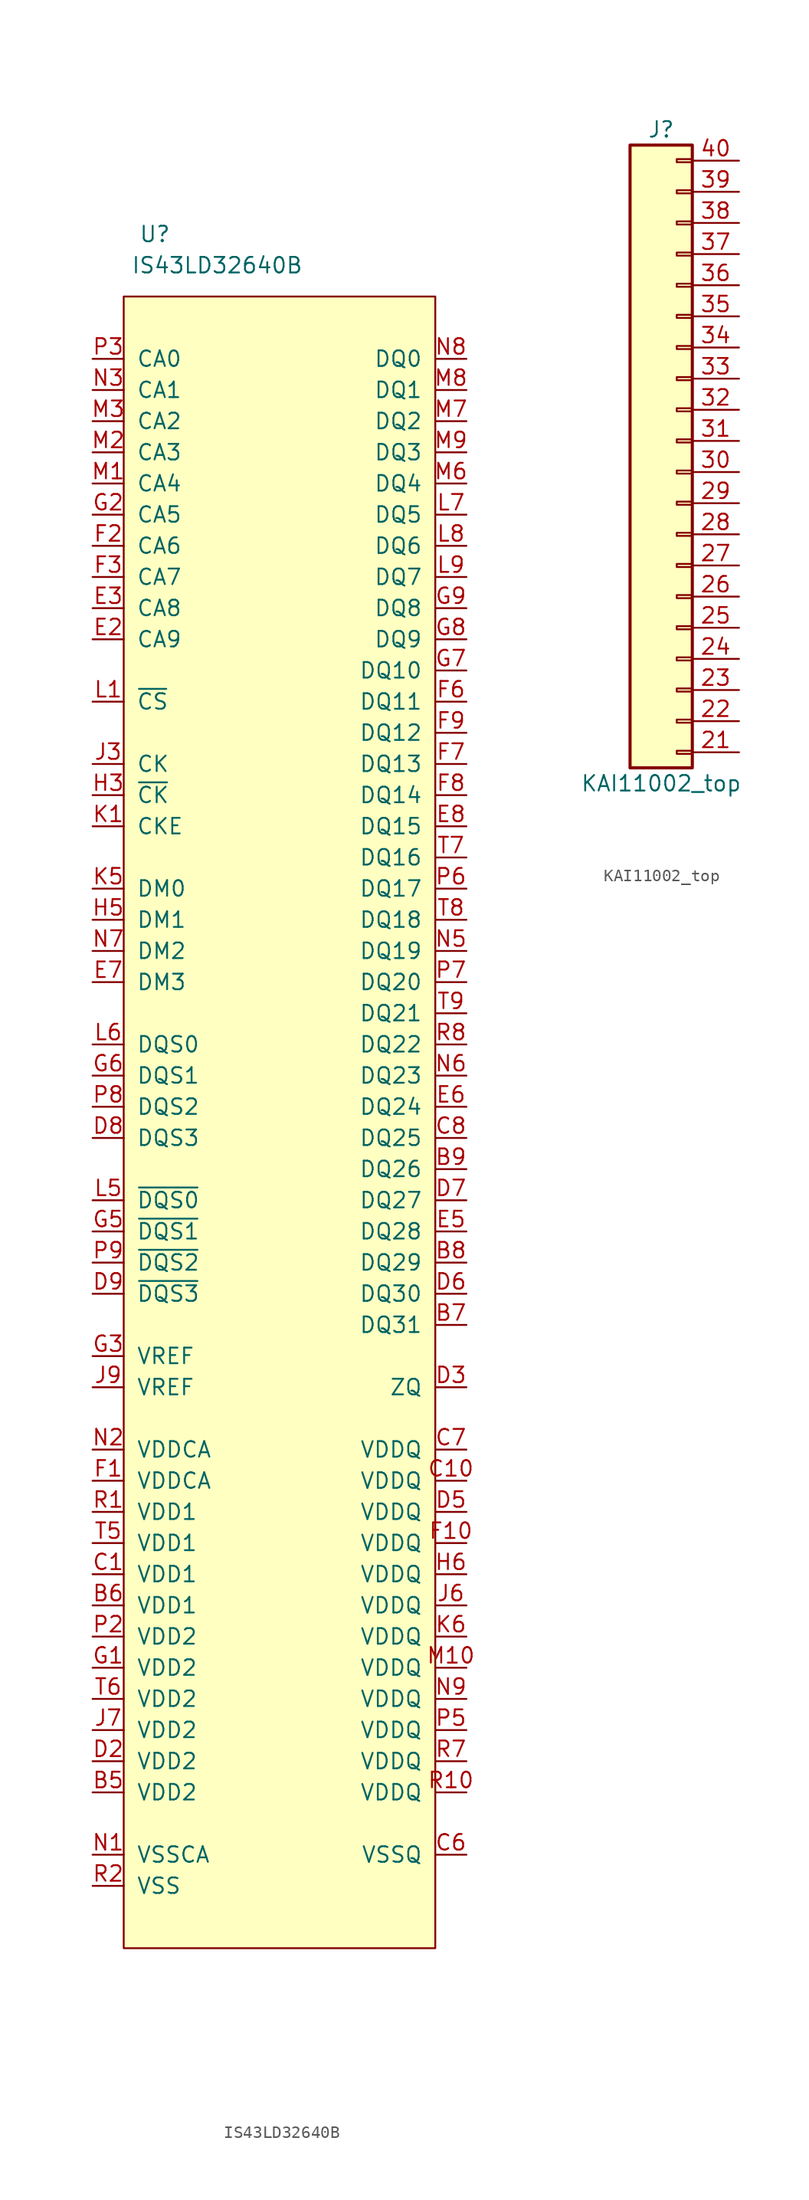
<source format=kicad_sym>
(kicad_symbol_lib
  (version 20220914)
  (generator kicad_symbol_editor)
  (symbol "IS43LD32640B"
    (pin_names
      (offset 1.016))
    (property "Reference" "U"
      (at -10.16 25.4 0)
      (effects (font (size 1.27 1.27))))
    (property "Value" "IS43LD32640B"
      (at -5.08 22.86 0)
      (effects (font (size 1.27 1.27))))
    (symbol "IS43LD32640B_0_1"
      (rectangle (start -12.7 20.32) (end 12.7 -114.3) (stroke (width 0) (type default)) (fill (type background))))
    (symbol "IS43LD32640B_1_1"
      (pin power_in line (at -15.24 -101.6 0) (length 2.54) (name "VDD2" (effects (font (size 1.27 1.27)))) (number "B5" (effects (font (size 1.27 1.27)))))
      (pin power_in line (at -15.24 -86.36 0) (length 2.54) (name "VDD1" (effects (font (size 1.27 1.27)))) (number "B6" (effects (font (size 1.27 1.27)))))
      (pin bidirectional line (at 15.24 -63.5 180) (length 2.54) (name "DQ31" (effects (font (size 1.27 1.27)))) (number "B7" (effects (font (size 1.27 1.27)))))
      (pin bidirectional line (at 15.24 -58.42 180) (length 2.54) (name "DQ29" (effects (font (size 1.27 1.27)))) (number "B8" (effects (font (size 1.27 1.27)))))
      (pin bidirectional line (at 15.24 -50.8 180) (length 2.54) (name "DQ26" (effects (font (size 1.27 1.27)))) (number "B9" (effects (font (size 1.27 1.27)))))
      (pin power_in line (at -15.24 -83.82 0) (length 2.54) (name "VDD1" (effects (font (size 1.27 1.27)))) (number "C1" (effects (font (size 1.27 1.27)))))
      (pin power_in line (at 15.24 -76.2 180) (length 2.54) (name "VDDQ" (effects (font (size 1.27 1.27)))) (number "C10" (effects (font (size 1.27 1.27)))))
      (pin power_in line (at -15.24 -109.22 0) (length 2.54) hide (name "VSS" (effects (font (size 1.27 1.27)))) (number "C2" (effects (font (size 1.27 1.27)))))
      (pin power_in line (at -15.24 -109.22 0) (length 2.54) hide (name "VSS" (effects (font (size 1.27 1.27)))) (number "C5" (effects (font (size 1.27 1.27)))))
      (pin power_in line (at 15.24 -106.68 180) (length 2.54) (name "VSSQ" (effects (font (size 1.27 1.27)))) (number "C6" (effects (font (size 1.27 1.27)))))
      (pin power_in line (at 15.24 -73.66 180) (length 2.54) (name "VDDQ" (effects (font (size 1.27 1.27)))) (number "C7" (effects (font (size 1.27 1.27)))))
      (pin bidirectional line (at 15.24 -48.26 180) (length 2.54) (name "DQ25" (effects (font (size 1.27 1.27)))) (number "C8" (effects (font (size 1.27 1.27)))))
      (pin power_in line (at 15.24 -106.68 180) (length 2.54) hide (name "VSSQ" (effects (font (size 1.27 1.27)))) (number "C9" (effects (font (size 1.27 1.27)))))
      (pin power_in line (at -15.24 -109.22 0) (length 2.54) hide (name "VSS" (effects (font (size 1.27 1.27)))) (number "D1" (effects (font (size 1.27 1.27)))))
      (pin power_in line (at 15.24 -106.68 180) (length 2.54) hide (name "VSSQ" (effects (font (size 1.27 1.27)))) (number "D10" (effects (font (size 1.27 1.27)))))
      (pin power_in line (at -15.24 -99.06 0) (length 2.54) (name "VDD2" (effects (font (size 1.27 1.27)))) (number "D2" (effects (font (size 1.27 1.27)))))
      (pin power_in line (at 15.24 -68.58 180) (length 2.54) (name "ZQ" (effects (font (size 1.27 1.27)))) (number "D3" (effects (font (size 1.27 1.27)))))
      (pin power_in line (at 15.24 -78.74 180) (length 2.54) (name "VDDQ" (effects (font (size 1.27 1.27)))) (number "D5" (effects (font (size 1.27 1.27)))))
      (pin bidirectional line (at 15.24 -60.96 180) (length 2.54) (name "DQ30" (effects (font (size 1.27 1.27)))) (number "D6" (effects (font (size 1.27 1.27)))))
      (pin bidirectional line (at 15.24 -53.34 180) (length 2.54) (name "DQ27" (effects (font (size 1.27 1.27)))) (number "D7" (effects (font (size 1.27 1.27)))))
      (pin input line (at -15.24 -48.26 0) (length 2.54) (name "DQS3" (effects (font (size 1.27 1.27)))) (number "D8" (effects (font (size 1.27 1.27)))))
      (pin input line (at -15.24 -60.96 0) (length 2.54) (name "~{DQS3}" (effects (font (size 1.27 1.27)))) (number "D9" (effects (font (size 1.27 1.27)))))
      (pin power_in line (at -15.24 -106.68 0) (length 2.54) hide (name "VSSCA" (effects (font (size 1.27 1.27)))) (number "E1" (effects (font (size 1.27 1.27)))))
      (pin input line (at -15.24 -7.62 0) (length 2.54) (name "CA9" (effects (font (size 1.27 1.27)))) (number "E2" (effects (font (size 1.27 1.27)))))
      (pin input line (at -15.24 -5.08 0) (length 2.54) (name "CA8" (effects (font (size 1.27 1.27)))) (number "E3" (effects (font (size 1.27 1.27)))))
      (pin bidirectional line (at 15.24 -55.88 180) (length 2.54) (name "DQ28" (effects (font (size 1.27 1.27)))) (number "E5" (effects (font (size 1.27 1.27)))))
      (pin bidirectional line (at 15.24 -45.72 180) (length 2.54) (name "DQ24" (effects (font (size 1.27 1.27)))) (number "E6" (effects (font (size 1.27 1.27)))))
      (pin input line (at -15.24 -35.56 0) (length 2.54) (name "DM3" (effects (font (size 1.27 1.27)))) (number "E7" (effects (font (size 1.27 1.27)))))
      (pin bidirectional line (at 15.24 -22.86 180) (length 2.54) (name "DQ15" (effects (font (size 1.27 1.27)))) (number "E8" (effects (font (size 1.27 1.27)))))
      (pin power_in line (at -15.24 -76.2 0) (length 2.54) (name "VDDCA" (effects (font (size 1.27 1.27)))) (number "F1" (effects (font (size 1.27 1.27)))))
      (pin power_in line (at 15.24 -81.28 180) (length 2.54) (name "VDDQ" (effects (font (size 1.27 1.27)))) (number "F10" (effects (font (size 1.27 1.27)))))
      (pin input line (at -15.24 0 0) (length 2.54) (name "CA6" (effects (font (size 1.27 1.27)))) (number "F2" (effects (font (size 1.27 1.27)))))
      (pin input line (at -15.24 -2.54 0) (length 2.54) (name "CA7" (effects (font (size 1.27 1.27)))) (number "F3" (effects (font (size 1.27 1.27)))))
      (pin power_in line (at 15.24 -106.68 180) (length 2.54) hide (name "VSSQ" (effects (font (size 1.27 1.27)))) (number "F5" (effects (font (size 1.27 1.27)))))
      (pin bidirectional line (at 15.24 -12.7 180) (length 2.54) (name "DQ11" (effects (font (size 1.27 1.27)))) (number "F6" (effects (font (size 1.27 1.27)))))
      (pin bidirectional line (at 15.24 -17.78 180) (length 2.54) (name "DQ13" (effects (font (size 1.27 1.27)))) (number "F7" (effects (font (size 1.27 1.27)))))
      (pin bidirectional line (at 15.24 -20.32 180) (length 2.54) (name "DQ14" (effects (font (size 1.27 1.27)))) (number "F8" (effects (font (size 1.27 1.27)))))
      (pin bidirectional line (at 15.24 -15.24 180) (length 2.54) (name "DQ12" (effects (font (size 1.27 1.27)))) (number "F9" (effects (font (size 1.27 1.27)))))
      (pin power_in line (at -15.24 -91.44 0) (length 2.54) (name "VDD2" (effects (font (size 1.27 1.27)))) (number "G1" (effects (font (size 1.27 1.27)))))
      (pin power_in line (at 15.24 -106.68 180) (length 2.54) hide (name "VSSQ" (effects (font (size 1.27 1.27)))) (number "G10" (effects (font (size 1.27 1.27)))))
      (pin input line (at -15.24 2.54 0) (length 2.54) (name "CA5" (effects (font (size 1.27 1.27)))) (number "G2" (effects (font (size 1.27 1.27)))))
      (pin power_in line (at -15.24 -66.04 0) (length 2.54) (name "VREF" (effects (font (size 1.27 1.27)))) (number "G3" (effects (font (size 1.27 1.27)))))
      (pin input line (at -15.24 -55.88 0) (length 2.54) (name "~{DQS1}" (effects (font (size 1.27 1.27)))) (number "G5" (effects (font (size 1.27 1.27)))))
      (pin input line (at -15.24 -43.18 0) (length 2.54) (name "DQS1" (effects (font (size 1.27 1.27)))) (number "G6" (effects (font (size 1.27 1.27)))))
      (pin bidirectional line (at 15.24 -10.16 180) (length 2.54) (name "DQ10" (effects (font (size 1.27 1.27)))) (number "G7" (effects (font (size 1.27 1.27)))))
      (pin bidirectional line (at 15.24 -7.62 180) (length 2.54) (name "DQ9" (effects (font (size 1.27 1.27)))) (number "G8" (effects (font (size 1.27 1.27)))))
      (pin bidirectional line (at 15.24 -5.08 180) (length 2.54) (name "DQ8" (effects (font (size 1.27 1.27)))) (number "G9" (effects (font (size 1.27 1.27)))))
      (pin power_in line (at -15.24 -109.22 0) (length 2.54) hide (name "VSS" (effects (font (size 1.27 1.27)))) (number "H2" (effects (font (size 1.27 1.27)))))
      (pin input line (at -15.24 -20.32 0) (length 2.54) (name "~{CK}" (effects (font (size 1.27 1.27)))) (number "H3" (effects (font (size 1.27 1.27)))))
      (pin input line (at -15.24 -30.48 0) (length 2.54) (name "DM1" (effects (font (size 1.27 1.27)))) (number "H5" (effects (font (size 1.27 1.27)))))
      (pin power_in line (at 15.24 -83.82 180) (length 2.54) (name "VDDQ" (effects (font (size 1.27 1.27)))) (number "H6" (effects (font (size 1.27 1.27)))))
      (pin power_in line (at -15.24 -106.68 0) (length 2.54) hide (name "VSSCA" (effects (font (size 1.27 1.27)))) (number "J1" (effects (font (size 1.27 1.27)))))
      (pin input line (at -15.24 -17.78 0) (length 2.54) (name "CK" (effects (font (size 1.27 1.27)))) (number "J3" (effects (font (size 1.27 1.27)))))
      (pin power_in line (at 15.24 -106.68 180) (length 2.54) hide (name "VSSQ" (effects (font (size 1.27 1.27)))) (number "J5" (effects (font (size 1.27 1.27)))))
      (pin power_in line (at 15.24 -86.36 180) (length 2.54) (name "VDDQ" (effects (font (size 1.27 1.27)))) (number "J6" (effects (font (size 1.27 1.27)))))
      (pin power_in line (at -15.24 -96.52 0) (length 2.54) (name "VDD2" (effects (font (size 1.27 1.27)))) (number "J7" (effects (font (size 1.27 1.27)))))
      (pin power_in line (at -15.24 -109.22 0) (length 2.54) hide (name "VSS" (effects (font (size 1.27 1.27)))) (number "J8" (effects (font (size 1.27 1.27)))))
      (pin power_in line (at -15.24 -68.58 0) (length 2.54) (name "VREF" (effects (font (size 1.27 1.27)))) (number "J9" (effects (font (size 1.27 1.27)))))
      (pin input line (at -15.24 -22.86 0) (length 2.54) (name "CKE" (effects (font (size 1.27 1.27)))) (number "K1" (effects (font (size 1.27 1.27)))))
      (pin input line (at -15.24 -27.94 0) (length 2.54) (name "DM0" (effects (font (size 1.27 1.27)))) (number "K5" (effects (font (size 1.27 1.27)))))
      (pin power_in line (at 15.24 -88.9 180) (length 2.54) (name "VDDQ" (effects (font (size 1.27 1.27)))) (number "K6" (effects (font (size 1.27 1.27)))))
      (pin input line (at -15.24 -12.7 0) (length 2.54) (name "~{CS}" (effects (font (size 1.27 1.27)))) (number "L1" (effects (font (size 1.27 1.27)))))
      (pin power_in line (at 15.24 -106.68 180) (length 2.54) hide (name "VSSQ" (effects (font (size 1.27 1.27)))) (number "L10" (effects (font (size 1.27 1.27)))))
      (pin input line (at -15.24 -53.34 0) (length 2.54) (name "~{DQS0}" (effects (font (size 1.27 1.27)))) (number "L5" (effects (font (size 1.27 1.27)))))
      (pin input line (at -15.24 -40.64 0) (length 2.54) (name "DQS0" (effects (font (size 1.27 1.27)))) (number "L6" (effects (font (size 1.27 1.27)))))
      (pin bidirectional line (at 15.24 2.54 180) (length 2.54) (name "DQ5" (effects (font (size 1.27 1.27)))) (number "L7" (effects (font (size 1.27 1.27)))))
      (pin bidirectional line (at 15.24 0 180) (length 2.54) (name "DQ6" (effects (font (size 1.27 1.27)))) (number "L8" (effects (font (size 1.27 1.27)))))
      (pin bidirectional line (at 15.24 -2.54 180) (length 2.54) (name "DQ7" (effects (font (size 1.27 1.27)))) (number "L9" (effects (font (size 1.27 1.27)))))
      (pin input line (at -15.24 5.08 0) (length 2.54) (name "CA4" (effects (font (size 1.27 1.27)))) (number "M1" (effects (font (size 1.27 1.27)))))
      (pin power_in line (at 15.24 -91.44 180) (length 2.54) (name "VDDQ" (effects (font (size 1.27 1.27)))) (number "M10" (effects (font (size 1.27 1.27)))))
      (pin input line (at -15.24 7.62 0) (length 2.54) (name "CA3" (effects (font (size 1.27 1.27)))) (number "M2" (effects (font (size 1.27 1.27)))))
      (pin input line (at -15.24 10.16 0) (length 2.54) (name "CA2" (effects (font (size 1.27 1.27)))) (number "M3" (effects (font (size 1.27 1.27)))))
      (pin power_in line (at 15.24 -106.68 180) (length 2.54) hide (name "VSSQ" (effects (font (size 1.27 1.27)))) (number "M5" (effects (font (size 1.27 1.27)))))
      (pin bidirectional line (at 15.24 5.08 180) (length 2.54) (name "DQ4" (effects (font (size 1.27 1.27)))) (number "M6" (effects (font (size 1.27 1.27)))))
      (pin bidirectional line (at 15.24 10.16 180) (length 2.54) (name "DQ2" (effects (font (size 1.27 1.27)))) (number "M7" (effects (font (size 1.27 1.27)))))
      (pin bidirectional line (at 15.24 12.7 180) (length 2.54) (name "DQ1" (effects (font (size 1.27 1.27)))) (number "M8" (effects (font (size 1.27 1.27)))))
      (pin bidirectional line (at 15.24 7.62 180) (length 2.54) (name "DQ3" (effects (font (size 1.27 1.27)))) (number "M9" (effects (font (size 1.27 1.27)))))
      (pin power_in line (at -15.24 -106.68 0) (length 2.54) (name "VSSCA" (effects (font (size 1.27 1.27)))) (number "N1" (effects (font (size 1.27 1.27)))))
      (pin power_in line (at 15.24 -106.68 180) (length 2.54) hide (name "VSSQ" (effects (font (size 1.27 1.27)))) (number "N10" (effects (font (size 1.27 1.27)))))
      (pin power_in line (at -15.24 -73.66 0) (length 2.54) (name "VDDCA" (effects (font (size 1.27 1.27)))) (number "N2" (effects (font (size 1.27 1.27)))))
      (pin input line (at -15.24 12.7 0) (length 2.54) (name "CA1" (effects (font (size 1.27 1.27)))) (number "N3" (effects (font (size 1.27 1.27)))))
      (pin bidirectional line (at 15.24 -33.02 180) (length 2.54) (name "DQ19" (effects (font (size 1.27 1.27)))) (number "N5" (effects (font (size 1.27 1.27)))))
      (pin bidirectional line (at 15.24 -43.18 180) (length 2.54) (name "DQ23" (effects (font (size 1.27 1.27)))) (number "N6" (effects (font (size 1.27 1.27)))))
      (pin input line (at -15.24 -33.02 0) (length 2.54) (name "DM2" (effects (font (size 1.27 1.27)))) (number "N7" (effects (font (size 1.27 1.27)))))
      (pin bidirectional line (at 15.24 15.24 180) (length 2.54) (name "DQ0" (effects (font (size 1.27 1.27)))) (number "N8" (effects (font (size 1.27 1.27)))))
      (pin power_in line (at 15.24 -93.98 180) (length 2.54) (name "VDDQ" (effects (font (size 1.27 1.27)))) (number "N9" (effects (font (size 1.27 1.27)))))
      (pin power_in line (at -15.24 -109.22 0) (length 2.54) hide (name "VSS" (effects (font (size 1.27 1.27)))) (number "P1" (effects (font (size 1.27 1.27)))))
      (pin power_in line (at 15.24 -106.68 180) (length 2.54) hide (name "VSSQ" (effects (font (size 1.27 1.27)))) (number "P10" (effects (font (size 1.27 1.27)))))
      (pin power_in line (at -15.24 -88.9 0) (length 2.54) (name "VDD2" (effects (font (size 1.27 1.27)))) (number "P2" (effects (font (size 1.27 1.27)))))
      (pin input line (at -15.24 15.24 0) (length 2.54) (name "CA0" (effects (font (size 1.27 1.27)))) (number "P3" (effects (font (size 1.27 1.27)))))
      (pin power_in line (at 15.24 -96.52 180) (length 2.54) (name "VDDQ" (effects (font (size 1.27 1.27)))) (number "P5" (effects (font (size 1.27 1.27)))))
      (pin bidirectional line (at 15.24 -27.94 180) (length 2.54) (name "DQ17" (effects (font (size 1.27 1.27)))) (number "P6" (effects (font (size 1.27 1.27)))))
      (pin bidirectional line (at 15.24 -35.56 180) (length 2.54) (name "DQ20" (effects (font (size 1.27 1.27)))) (number "P7" (effects (font (size 1.27 1.27)))))
      (pin input line (at -15.24 -45.72 0) (length 2.54) (name "DQS2" (effects (font (size 1.27 1.27)))) (number "P8" (effects (font (size 1.27 1.27)))))
      (pin input line (at -15.24 -58.42 0) (length 2.54) (name "~{DQS2}" (effects (font (size 1.27 1.27)))) (number "P9" (effects (font (size 1.27 1.27)))))
      (pin power_in line (at -15.24 -78.74 0) (length 2.54) (name "VDD1" (effects (font (size 1.27 1.27)))) (number "R1" (effects (font (size 1.27 1.27)))))
      (pin power_in line (at 15.24 -101.6 180) (length 2.54) (name "VDDQ" (effects (font (size 1.27 1.27)))) (number "R10" (effects (font (size 1.27 1.27)))))
      (pin power_in line (at -15.24 -109.22 0) (length 2.54) (name "VSS" (effects (font (size 1.27 1.27)))) (number "R2" (effects (font (size 1.27 1.27)))))
      (pin power_in line (at -15.24 -109.22 0) (length 2.54) hide (name "VSS" (effects (font (size 1.27 1.27)))) (number "R5" (effects (font (size 1.27 1.27)))))
      (pin power_in line (at 15.24 -106.68 180) (length 2.54) hide (name "VSSQ" (effects (font (size 1.27 1.27)))) (number "R6" (effects (font (size 1.27 1.27)))))
      (pin power_in line (at 15.24 -99.06 180) (length 2.54) (name "VDDQ" (effects (font (size 1.27 1.27)))) (number "R7" (effects (font (size 1.27 1.27)))))
      (pin bidirectional line (at 15.24 -40.64 180) (length 2.54) (name "DQ22" (effects (font (size 1.27 1.27)))) (number "R8" (effects (font (size 1.27 1.27)))))
      (pin power_in line (at 15.24 -106.68 180) (length 2.54) hide (name "VSSQ" (effects (font (size 1.27 1.27)))) (number "R9" (effects (font (size 1.27 1.27)))))
      (pin power_in line (at -15.24 -81.28 0) (length 2.54) (name "VDD1" (effects (font (size 1.27 1.27)))) (number "T5" (effects (font (size 1.27 1.27)))))
      (pin power_in line (at -15.24 -93.98 0) (length 2.54) (name "VDD2" (effects (font (size 1.27 1.27)))) (number "T6" (effects (font (size 1.27 1.27)))))
      (pin bidirectional line (at 15.24 -25.4 180) (length 2.54) (name "DQ16" (effects (font (size 1.27 1.27)))) (number "T7" (effects (font (size 1.27 1.27)))))
      (pin bidirectional line (at 15.24 -30.48 180) (length 2.54) (name "DQ18" (effects (font (size 1.27 1.27)))) (number "T8" (effects (font (size 1.27 1.27)))))
      (pin bidirectional line (at 15.24 -38.1 180) (length 2.54) (name "DQ21" (effects (font (size 1.27 1.27)))) (number "T9" (effects (font (size 1.27 1.27)))))))
  (symbol "KAI11002_top"
    (pin_names
      (offset 1.016) hide)
    (property "Reference" "J"
      (at 1.27 25.4 0)
      (effects (font (size 1.27 1.27))))
    (property "Value" "KAI11002_top"
      (at 1.27 -27.94 0)
      (effects (font (size 1.27 1.27))))
    (symbol "KAI11002_top_1_1"
      (rectangle (start -1.27 24.13) (end 3.81 -26.67) (stroke (width 0.254) (type default)) (fill (type background)))
      (rectangle (start 3.81 -25.273) (end 2.54 -25.527) (stroke (width 0.152) (type default)) (fill (type none)))
      (rectangle (start 3.81 -22.733) (end 2.54 -22.987) (stroke (width 0.152) (type default)) (fill (type none)))
      (rectangle (start 3.81 -20.193) (end 2.54 -20.447) (stroke (width 0.152) (type default)) (fill (type none)))
      (rectangle (start 3.81 -17.653) (end 2.54 -17.907) (stroke (width 0.152) (type default)) (fill (type none)))
      (rectangle (start 3.81 -15.113) (end 2.54 -15.367) (stroke (width 0.152) (type default)) (fill (type none)))
      (rectangle (start 3.81 -12.573) (end 2.54 -12.827) (stroke (width 0.152) (type default)) (fill (type none)))
      (rectangle (start 3.81 -10.033) (end 2.54 -10.287) (stroke (width 0.152) (type default)) (fill (type none)))
      (rectangle (start 3.81 -7.493) (end 2.54 -7.747) (stroke (width 0.152) (type default)) (fill (type none)))
      (rectangle (start 3.81 -4.953) (end 2.54 -5.207) (stroke (width 0.152) (type default)) (fill (type none)))
      (rectangle (start 3.81 -2.413) (end 2.54 -2.667) (stroke (width 0.152) (type default)) (fill (type none)))
      (rectangle (start 3.81 0.127) (end 2.54 -0.127) (stroke (width 0.152) (type default)) (fill (type none)))
      (rectangle (start 3.81 2.667) (end 2.54 2.413) (stroke (width 0.152) (type default)) (fill (type none)))
      (rectangle (start 3.81 5.207) (end 2.54 4.953) (stroke (width 0.152) (type default)) (fill (type none)))
      (rectangle (start 3.81 7.747) (end 2.54 7.493) (stroke (width 0.152) (type default)) (fill (type none)))
      (rectangle (start 3.81 10.287) (end 2.54 10.033) (stroke (width 0.152) (type default)) (fill (type none)))
      (rectangle (start 3.81 12.827) (end 2.54 12.573) (stroke (width 0.152) (type default)) (fill (type none)))
      (rectangle (start 3.81 15.367) (end 2.54 15.113) (stroke (width 0.152) (type default)) (fill (type none)))
      (rectangle (start 3.81 17.907) (end 2.54 17.653) (stroke (width 0.152) (type default)) (fill (type none)))
      (rectangle (start 3.81 20.447) (end 2.54 20.193) (stroke (width 0.152) (type default)) (fill (type none)))
      (rectangle (start 3.81 22.987) (end 2.54 22.733) (stroke (width 0.152) (type default)) (fill (type none)))
      (pin passive line (at 7.62 -25.4 180) (length 3.81) (name "Pin_21" (effects (font (size 1.27 1.27)))) (number "21" (effects (font (size 1.27 1.27)))))
      (pin passive line (at 7.62 -22.86 180) (length 3.81) (name "Pin_22" (effects (font (size 1.27 1.27)))) (number "22" (effects (font (size 1.27 1.27)))))
      (pin passive line (at 7.62 -20.32 180) (length 3.81) (name "Pin_23" (effects (font (size 1.27 1.27)))) (number "23" (effects (font (size 1.27 1.27)))))
      (pin passive line (at 7.62 -17.78 180) (length 3.81) (name "Pin_24" (effects (font (size 1.27 1.27)))) (number "24" (effects (font (size 1.27 1.27)))))
      (pin passive line (at 7.62 -15.24 180) (length 3.81) (name "Pin_25" (effects (font (size 1.27 1.27)))) (number "25" (effects (font (size 1.27 1.27)))))
      (pin passive line (at 7.62 -12.7 180) (length 3.81) (name "Pin_26" (effects (font (size 1.27 1.27)))) (number "26" (effects (font (size 1.27 1.27)))))
      (pin passive line (at 7.62 -10.16 180) (length 3.81) (name "Pin_27" (effects (font (size 1.27 1.27)))) (number "27" (effects (font (size 1.27 1.27)))))
      (pin passive line (at 7.62 -7.62 180) (length 3.81) (name "Pin_28" (effects (font (size 1.27 1.27)))) (number "28" (effects (font (size 1.27 1.27)))))
      (pin passive line (at 7.62 -5.08 180) (length 3.81) (name "Pin_29" (effects (font (size 1.27 1.27)))) (number "29" (effects (font (size 1.27 1.27)))))
      (pin passive line (at 7.62 -2.54 180) (length 3.81) (name "Pin_30" (effects (font (size 1.27 1.27)))) (number "30" (effects (font (size 1.27 1.27)))))
      (pin passive line (at 7.62 0 180) (length 3.81) (name "Pin_31" (effects (font (size 1.27 1.27)))) (number "31" (effects (font (size 1.27 1.27)))))
      (pin passive line (at 7.62 2.54 180) (length 3.81) (name "Pin_32" (effects (font (size 1.27 1.27)))) (number "32" (effects (font (size 1.27 1.27)))))
      (pin passive line (at 7.62 5.08 180) (length 3.81) (name "Pin_33" (effects (font (size 1.27 1.27)))) (number "33" (effects (font (size 1.27 1.27)))))
      (pin passive line (at 7.62 7.62 180) (length 3.81) (name "Pin_34" (effects (font (size 1.27 1.27)))) (number "34" (effects (font (size 1.27 1.27)))))
      (pin passive line (at 7.62 10.16 180) (length 3.81) (name "Pin_35" (effects (font (size 1.27 1.27)))) (number "35" (effects (font (size 1.27 1.27)))))
      (pin passive line (at 7.62 12.7 180) (length 3.81) (name "Pin_36" (effects (font (size 1.27 1.27)))) (number "36" (effects (font (size 1.27 1.27)))))
      (pin passive line (at 7.62 15.24 180) (length 3.81) (name "Pin_37" (effects (font (size 1.27 1.27)))) (number "37" (effects (font (size 1.27 1.27)))))
      (pin passive line (at 7.62 17.78 180) (length 3.81) (name "Pin_38" (effects (font (size 1.27 1.27)))) (number "38" (effects (font (size 1.27 1.27)))))
      (pin passive line (at 7.62 20.32 180) (length 3.81) (name "Pin_39" (effects (font (size 1.27 1.27)))) (number "39" (effects (font (size 1.27 1.27)))))
      (pin passive line (at 7.62 22.86 180) (length 3.81) (name "Pin_40" (effects (font (size 1.27 1.27)))) (number "40" (effects (font (size 1.27 1.27))))))))
</source>
